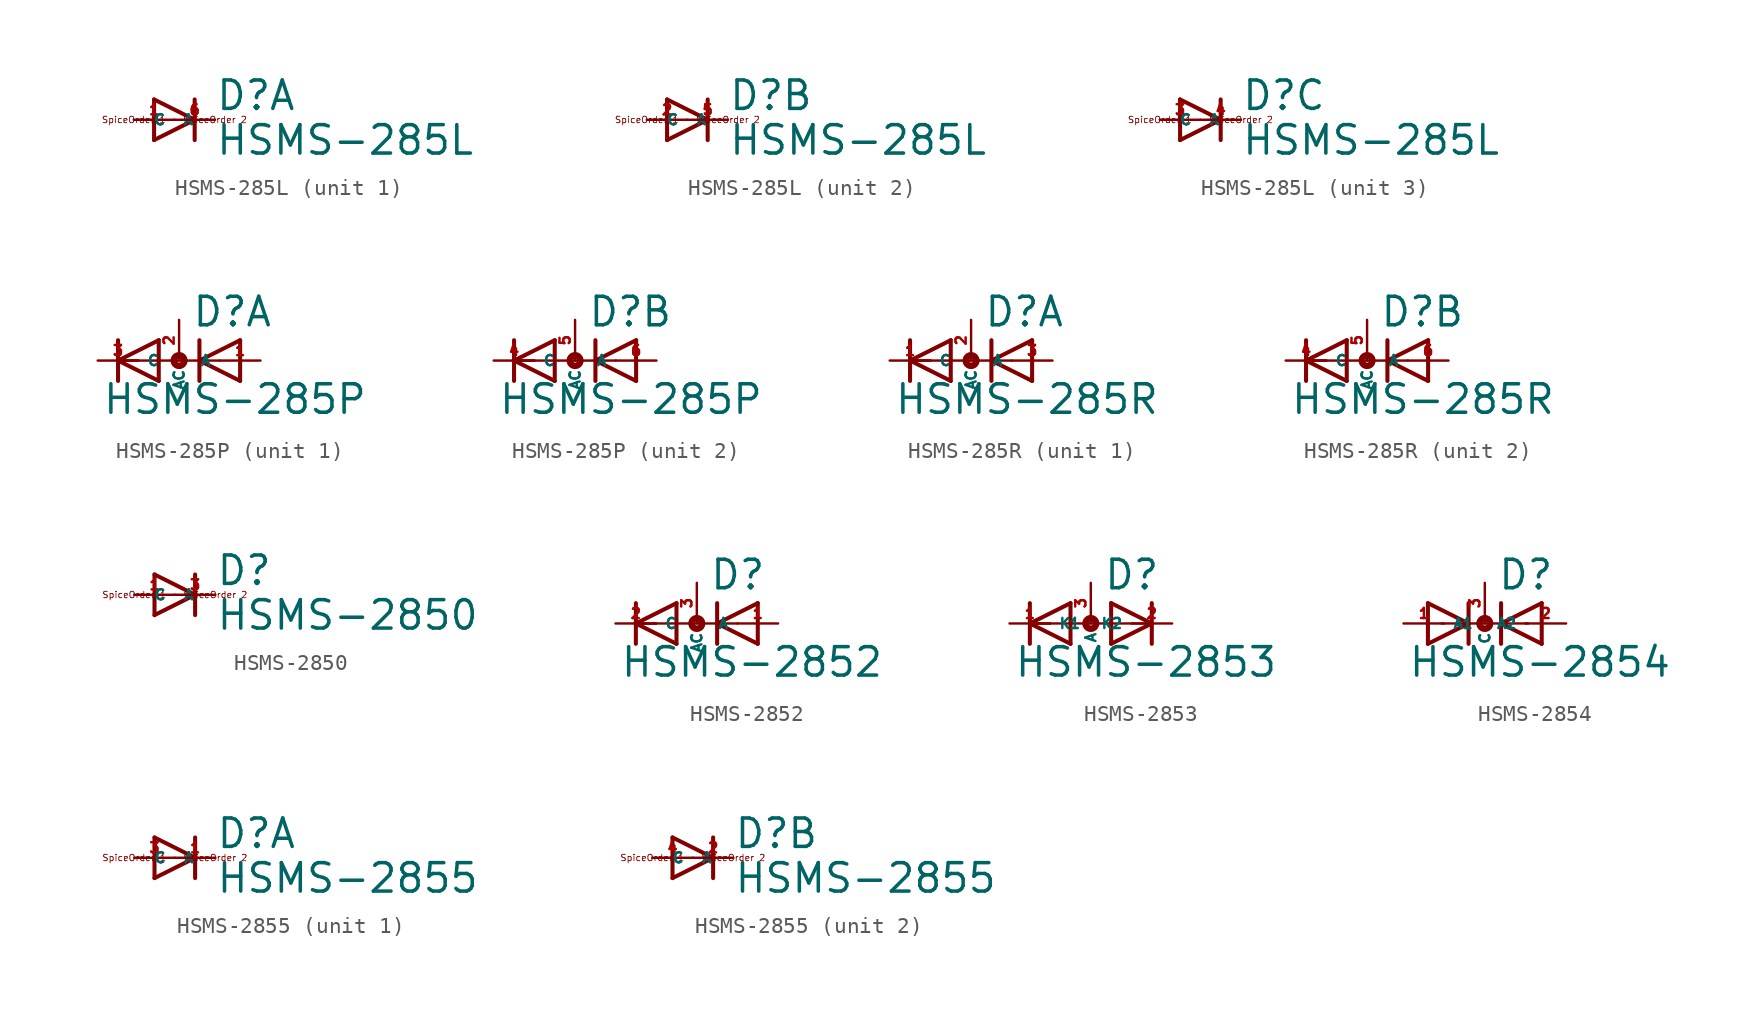
<source format=kicad_sym>
(kicad_symbol_lib
  (version 20220914)
  (generator Eagle2Kicad)
  (symbol "HSMS-285L"
    (property "Reference" "D"
      (at 2.54 0.483 0)
      (effects (font (size 1.778 1.778) (thickness 0.22)) (justify left bottom)))
    (property "Value" "HSMS-285L"
      (at 2.54 -2.311 0)
      (effects (font (size 1.778 1.778) (thickness 0.22)) (justify left bottom)))
    (symbol "HSMS-285L_1_0"
      (polyline (pts (xy -1.27 -1.27) (xy 1.27 0)) (stroke (width 0.254) (type default)) (fill (type none)))
      (polyline (pts (xy 1.27 0) (xy -1.27 1.27)) (stroke (width 0.254) (type default)) (fill (type none)))
      (polyline (pts (xy 1.27 1.27) (xy 1.27 0)) (stroke (width 0.254) (type default)) (fill (type none)))
      (polyline (pts (xy -1.27 1.27) (xy -1.27 -1.27)) (stroke (width 0.254) (type default)) (fill (type none)))
      (polyline (pts (xy 1.27 0) (xy 1.27 -1.27)) (stroke (width 0.254) (type default)) (fill (type none)))
      (text "SpiceOrder 1" (at -2.54 0 0) (effects (font (size 0.406 0.406) (thickness 0.05))))
      (text "SpiceOrder 2" (at 2.54 0 0) (effects (font (size 0.406 0.406) (thickness 0.05))))
      (pin passive line (at -2.54 0 0) (length 2.54) (name "A" (effects (font (size 0.635 0.635) (thickness 0.08)) (justify left bottom))) (number "1" (effects (font (size 0.635 0.635) (thickness 0.08)) (justify left bottom))))
      (pin passive line (at 2.54 0 180) (length 2.54) (name "C" (effects (font (size 0.635 0.635) (thickness 0.08)) (justify left bottom))) (number "6" (effects (font (size 0.635 0.635) (thickness 0.08)) (justify left bottom)))))
    (symbol "HSMS-285L_2_0"
      (polyline (pts (xy -1.27 -1.27) (xy 1.27 0)) (stroke (width 0.254) (type default)) (fill (type none)))
      (polyline (pts (xy 1.27 0) (xy -1.27 1.27)) (stroke (width 0.254) (type default)) (fill (type none)))
      (polyline (pts (xy 1.27 1.27) (xy 1.27 0)) (stroke (width 0.254) (type default)) (fill (type none)))
      (polyline (pts (xy -1.27 1.27) (xy -1.27 -1.27)) (stroke (width 0.254) (type default)) (fill (type none)))
      (polyline (pts (xy 1.27 0) (xy 1.27 -1.27)) (stroke (width 0.254) (type default)) (fill (type none)))
      (text "SpiceOrder 1" (at -2.54 0 0) (effects (font (size 0.406 0.406) (thickness 0.05))))
      (text "SpiceOrder 2" (at 2.54 0 0) (effects (font (size 0.406 0.406) (thickness 0.05))))
      (pin passive line (at -2.54 0 0) (length 2.54) (name "A" (effects (font (size 0.635 0.635) (thickness 0.08)) (justify left bottom))) (number "2" (effects (font (size 0.635 0.635) (thickness 0.08)) (justify left bottom))))
      (pin passive line (at 2.54 0 180) (length 2.54) (name "C" (effects (font (size 0.635 0.635) (thickness 0.08)) (justify left bottom))) (number "5" (effects (font (size 0.635 0.635) (thickness 0.08)) (justify left bottom)))))
    (symbol "HSMS-285L_3_0"
      (polyline (pts (xy -1.27 -1.27) (xy 1.27 0)) (stroke (width 0.254) (type default)) (fill (type none)))
      (polyline (pts (xy 1.27 0) (xy -1.27 1.27)) (stroke (width 0.254) (type default)) (fill (type none)))
      (polyline (pts (xy 1.27 1.27) (xy 1.27 0)) (stroke (width 0.254) (type default)) (fill (type none)))
      (polyline (pts (xy -1.27 1.27) (xy -1.27 -1.27)) (stroke (width 0.254) (type default)) (fill (type none)))
      (polyline (pts (xy 1.27 0) (xy 1.27 -1.27)) (stroke (width 0.254) (type default)) (fill (type none)))
      (text "SpiceOrder 1" (at -2.54 0 0) (effects (font (size 0.406 0.406) (thickness 0.05))))
      (text "SpiceOrder 2" (at 2.54 0 0) (effects (font (size 0.406 0.406) (thickness 0.05))))
      (pin passive line (at -2.54 0 0) (length 2.54) (name "A" (effects (font (size 0.635 0.635) (thickness 0.08)) (justify left bottom))) (number "3" (effects (font (size 0.635 0.635) (thickness 0.08)) (justify left bottom))))
      (pin passive line (at 2.54 0 180) (length 2.54) (name "C" (effects (font (size 0.635 0.635) (thickness 0.08)) (justify left bottom))) (number "4" (effects (font (size 0.635 0.635) (thickness 0.08)) (justify left bottom))))))
  (symbol "HSMS-285P"
    (property "Reference" "D"
      (at 0.762 2.007 0)
      (effects (font (size 1.778 1.778) (thickness 0.22)) (justify left bottom)))
    (property "Value" "HSMS-285P"
      (at -4.826 -3.454 0)
      (effects (font (size 1.778 1.778) (thickness 0.22)) (justify left bottom)))
    (symbol "HSMS-285P_1_0"
      (polyline (pts (xy -1.27 1.27) (xy -3.81 0)) (stroke (width 0.254) (type default)) (fill (type none)))
      (polyline (pts (xy -3.81 0) (xy -1.27 -1.27)) (stroke (width 0.254) (type default)) (fill (type none)))
      (polyline (pts (xy -3.81 -1.27) (xy -3.81 0)) (stroke (width 0.254) (type default)) (fill (type none)))
      (polyline (pts (xy -2.54 0) (xy -3.81 0)) (stroke (width 0.152) (type default)) (fill (type none)))
      (polyline (pts (xy -1.27 -1.27) (xy -1.27 1.27)) (stroke (width 0.254) (type default)) (fill (type none)))
      (polyline (pts (xy -3.81 0) (xy -3.81 1.27)) (stroke (width 0.254) (type default)) (fill (type none)))
      (polyline (pts (xy 3.81 1.27) (xy 1.27 0)) (stroke (width 0.254) (type default)) (fill (type none)))
      (polyline (pts (xy 1.27 0) (xy 3.81 -1.27)) (stroke (width 0.254) (type default)) (fill (type none)))
      (polyline (pts (xy 1.27 -1.27) (xy 1.27 0)) (stroke (width 0.254) (type default)) (fill (type none)))
      (polyline (pts (xy -3.81 0) (xy 1.27 0)) (stroke (width 0.152) (type default)) (fill (type none)))
      (polyline (pts (xy 2.54 0) (xy 1.27 0)) (stroke (width 0.152) (type default)) (fill (type none)))
      (polyline (pts (xy 3.81 -1.27) (xy 3.81 1.27)) (stroke (width 0.254) (type default)) (fill (type none)))
      (polyline (pts (xy 1.27 0) (xy 1.27 1.27)) (stroke (width 0.254) (type default)) (fill (type none)))
      (circle (center 0 0) (radius 0.127) (stroke (width 0.406) (type default)) (fill (type none)))
      (pin passive line (at -5.08 0 0) (length 2.54) (name "C" (effects (font (size 0.635 0.635) (thickness 0.08)) (justify left bottom))) (number "3" (effects (font (size 0.635 0.635) (thickness 0.08)) (justify left bottom))))
      (pin passive line (at 5.08 0 180) (length 2.54) (name "A" (effects (font (size 0.635 0.635) (thickness 0.08)) (justify left bottom))) (number "1" (effects (font (size 0.635 0.635) (thickness 0.08)) (justify left bottom))))
      (pin passive line (at 0 2.54 270) (length 2.54) (name "AC" (effects (font (size 0.635 0.635) (thickness 0.08)) (justify left bottom))) (number "2" (effects (font (size 0.635 0.635) (thickness 0.08)) (justify left bottom)))))
    (symbol "HSMS-285P_2_0"
      (polyline (pts (xy -1.27 1.27) (xy -3.81 0)) (stroke (width 0.254) (type default)) (fill (type none)))
      (polyline (pts (xy -3.81 0) (xy -1.27 -1.27)) (stroke (width 0.254) (type default)) (fill (type none)))
      (polyline (pts (xy -3.81 -1.27) (xy -3.81 0)) (stroke (width 0.254) (type default)) (fill (type none)))
      (polyline (pts (xy -2.54 0) (xy -3.81 0)) (stroke (width 0.152) (type default)) (fill (type none)))
      (polyline (pts (xy -1.27 -1.27) (xy -1.27 1.27)) (stroke (width 0.254) (type default)) (fill (type none)))
      (polyline (pts (xy -3.81 0) (xy -3.81 1.27)) (stroke (width 0.254) (type default)) (fill (type none)))
      (polyline (pts (xy 3.81 1.27) (xy 1.27 0)) (stroke (width 0.254) (type default)) (fill (type none)))
      (polyline (pts (xy 1.27 0) (xy 3.81 -1.27)) (stroke (width 0.254) (type default)) (fill (type none)))
      (polyline (pts (xy 1.27 -1.27) (xy 1.27 0)) (stroke (width 0.254) (type default)) (fill (type none)))
      (polyline (pts (xy -3.81 0) (xy 1.27 0)) (stroke (width 0.152) (type default)) (fill (type none)))
      (polyline (pts (xy 2.54 0) (xy 1.27 0)) (stroke (width 0.152) (type default)) (fill (type none)))
      (polyline (pts (xy 3.81 -1.27) (xy 3.81 1.27)) (stroke (width 0.254) (type default)) (fill (type none)))
      (polyline (pts (xy 1.27 0) (xy 1.27 1.27)) (stroke (width 0.254) (type default)) (fill (type none)))
      (circle (center 0 0) (radius 0.127) (stroke (width 0.406) (type default)) (fill (type none)))
      (pin passive line (at -5.08 0 0) (length 2.54) (name "C" (effects (font (size 0.635 0.635) (thickness 0.08)) (justify left bottom))) (number "4" (effects (font (size 0.635 0.635) (thickness 0.08)) (justify left bottom))))
      (pin passive line (at 5.08 0 180) (length 2.54) (name "A" (effects (font (size 0.635 0.635) (thickness 0.08)) (justify left bottom))) (number "6" (effects (font (size 0.635 0.635) (thickness 0.08)) (justify left bottom))))
      (pin passive line (at 0 2.54 270) (length 2.54) (name "AC" (effects (font (size 0.635 0.635) (thickness 0.08)) (justify left bottom))) (number "5" (effects (font (size 0.635 0.635) (thickness 0.08)) (justify left bottom))))))
  (symbol "HSMS-285R"
    (property "Reference" "D"
      (at 0.762 2.007 0)
      (effects (font (size 1.778 1.778) (thickness 0.22)) (justify left bottom)))
    (property "Value" "HSMS-285R"
      (at -4.826 -3.454 0)
      (effects (font (size 1.778 1.778) (thickness 0.22)) (justify left bottom)))
    (symbol "HSMS-285R_1_0"
      (polyline (pts (xy -1.27 1.27) (xy -3.81 0)) (stroke (width 0.254) (type default)) (fill (type none)))
      (polyline (pts (xy -3.81 0) (xy -1.27 -1.27)) (stroke (width 0.254) (type default)) (fill (type none)))
      (polyline (pts (xy -3.81 -1.27) (xy -3.81 0)) (stroke (width 0.254) (type default)) (fill (type none)))
      (polyline (pts (xy -2.54 0) (xy -3.81 0)) (stroke (width 0.152) (type default)) (fill (type none)))
      (polyline (pts (xy -1.27 -1.27) (xy -1.27 1.27)) (stroke (width 0.254) (type default)) (fill (type none)))
      (polyline (pts (xy -3.81 0) (xy -3.81 1.27)) (stroke (width 0.254) (type default)) (fill (type none)))
      (polyline (pts (xy 3.81 1.27) (xy 1.27 0)) (stroke (width 0.254) (type default)) (fill (type none)))
      (polyline (pts (xy 1.27 0) (xy 3.81 -1.27)) (stroke (width 0.254) (type default)) (fill (type none)))
      (polyline (pts (xy 1.27 -1.27) (xy 1.27 0)) (stroke (width 0.254) (type default)) (fill (type none)))
      (polyline (pts (xy -3.81 0) (xy 1.27 0)) (stroke (width 0.152) (type default)) (fill (type none)))
      (polyline (pts (xy 2.54 0) (xy 1.27 0)) (stroke (width 0.152) (type default)) (fill (type none)))
      (polyline (pts (xy 3.81 -1.27) (xy 3.81 1.27)) (stroke (width 0.254) (type default)) (fill (type none)))
      (polyline (pts (xy 1.27 0) (xy 1.27 1.27)) (stroke (width 0.254) (type default)) (fill (type none)))
      (circle (center 0 0) (radius 0.127) (stroke (width 0.406) (type default)) (fill (type none)))
      (pin passive line (at -5.08 0 0) (length 2.54) (name "C" (effects (font (size 0.635 0.635) (thickness 0.08)) (justify left bottom))) (number "1" (effects (font (size 0.635 0.635) (thickness 0.08)) (justify left bottom))))
      (pin passive line (at 5.08 0 180) (length 2.54) (name "A" (effects (font (size 0.635 0.635) (thickness 0.08)) (justify left bottom))) (number "3" (effects (font (size 0.635 0.635) (thickness 0.08)) (justify left bottom))))
      (pin passive line (at 0 2.54 270) (length 2.54) (name "AC" (effects (font (size 0.635 0.635) (thickness 0.08)) (justify left bottom))) (number "2" (effects (font (size 0.635 0.635) (thickness 0.08)) (justify left bottom)))))
    (symbol "HSMS-285R_2_0"
      (polyline (pts (xy -1.27 1.27) (xy -3.81 0)) (stroke (width 0.254) (type default)) (fill (type none)))
      (polyline (pts (xy -3.81 0) (xy -1.27 -1.27)) (stroke (width 0.254) (type default)) (fill (type none)))
      (polyline (pts (xy -3.81 -1.27) (xy -3.81 0)) (stroke (width 0.254) (type default)) (fill (type none)))
      (polyline (pts (xy -2.54 0) (xy -3.81 0)) (stroke (width 0.152) (type default)) (fill (type none)))
      (polyline (pts (xy -1.27 -1.27) (xy -1.27 1.27)) (stroke (width 0.254) (type default)) (fill (type none)))
      (polyline (pts (xy -3.81 0) (xy -3.81 1.27)) (stroke (width 0.254) (type default)) (fill (type none)))
      (polyline (pts (xy 3.81 1.27) (xy 1.27 0)) (stroke (width 0.254) (type default)) (fill (type none)))
      (polyline (pts (xy 1.27 0) (xy 3.81 -1.27)) (stroke (width 0.254) (type default)) (fill (type none)))
      (polyline (pts (xy 1.27 -1.27) (xy 1.27 0)) (stroke (width 0.254) (type default)) (fill (type none)))
      (polyline (pts (xy -3.81 0) (xy 1.27 0)) (stroke (width 0.152) (type default)) (fill (type none)))
      (polyline (pts (xy 2.54 0) (xy 1.27 0)) (stroke (width 0.152) (type default)) (fill (type none)))
      (polyline (pts (xy 3.81 -1.27) (xy 3.81 1.27)) (stroke (width 0.254) (type default)) (fill (type none)))
      (polyline (pts (xy 1.27 0) (xy 1.27 1.27)) (stroke (width 0.254) (type default)) (fill (type none)))
      (circle (center 0 0) (radius 0.127) (stroke (width 0.406) (type default)) (fill (type none)))
      (pin passive line (at -5.08 0 0) (length 2.54) (name "C" (effects (font (size 0.635 0.635) (thickness 0.08)) (justify left bottom))) (number "4" (effects (font (size 0.635 0.635) (thickness 0.08)) (justify left bottom))))
      (pin passive line (at 5.08 0 180) (length 2.54) (name "A" (effects (font (size 0.635 0.635) (thickness 0.08)) (justify left bottom))) (number "6" (effects (font (size 0.635 0.635) (thickness 0.08)) (justify left bottom))))
      (pin passive line (at 0 2.54 270) (length 2.54) (name "AC" (effects (font (size 0.635 0.635) (thickness 0.08)) (justify left bottom))) (number "5" (effects (font (size 0.635 0.635) (thickness 0.08)) (justify left bottom))))))
  (symbol "HSMS-2850"
    (property "Reference" "D"
      (at 2.54 0.483 0)
      (effects (font (size 1.778 1.778) (thickness 0.22)) (justify left bottom)))
    (property "Value" "HSMS-2850"
      (at 2.54 -2.311 0)
      (effects (font (size 1.778 1.778) (thickness 0.22)) (justify left bottom)))
    (polyline
      (pts (xy -1.27 -1.27) (xy 1.27 0))
      (stroke (width 0.254) (type default))
      (fill (type none)))
    (polyline
      (pts (xy 1.27 0) (xy -1.27 1.27))
      (stroke (width 0.254) (type default))
      (fill (type none)))
    (polyline
      (pts (xy 1.27 1.27) (xy 1.27 0))
      (stroke (width 0.254) (type default))
      (fill (type none)))
    (polyline
      (pts (xy -1.27 1.27) (xy -1.27 -1.27))
      (stroke (width 0.254) (type default))
      (fill (type none)))
    (polyline
      (pts (xy 1.27 0) (xy 1.27 -1.27))
      (stroke (width 0.254) (type default))
      (fill (type none)))
    (text "SpiceOrder 1"
      (at -2.54 0 0)
      (effects (font (size 0.406 0.406) (thickness 0.05))))
    (text "SpiceOrder 2"
      (at 2.54 0 0)
      (effects (font (size 0.406 0.406) (thickness 0.05))))
    (pin passive line
      (at -2.54 0 0)
      (length 2.54)
      (name "A" (effects (font (size 0.635 0.635) (thickness 0.08)) (justify left bottom)))
      (number "1" (effects (font (size 0.635 0.635) (thickness 0.08)) (justify left bottom))))
    (pin passive line
      (at 2.54 0 180)
      (length 2.54)
      (name "C" (effects (font (size 0.635 0.635) (thickness 0.08)) (justify left bottom)))
      (number "3" (effects (font (size 0.635 0.635) (thickness 0.08)) (justify left bottom)))))
  (symbol "HSMS-2852"
    (property "Reference" "D"
      (at 0.762 2.007 0)
      (effects (font (size 1.778 1.778) (thickness 0.22)) (justify left bottom)))
    (property "Value" "HSMS-2852"
      (at -4.826 -3.454 0)
      (effects (font (size 1.778 1.778) (thickness 0.22)) (justify left bottom)))
    (polyline
      (pts (xy -1.27 1.27) (xy -3.81 0))
      (stroke (width 0.254) (type default))
      (fill (type none)))
    (polyline
      (pts (xy -3.81 0) (xy -1.27 -1.27))
      (stroke (width 0.254) (type default))
      (fill (type none)))
    (polyline
      (pts (xy -3.81 -1.27) (xy -3.81 0))
      (stroke (width 0.254) (type default))
      (fill (type none)))
    (polyline
      (pts (xy -2.54 0) (xy -3.81 0))
      (stroke (width 0.152) (type default))
      (fill (type none)))
    (polyline
      (pts (xy -1.27 -1.27) (xy -1.27 1.27))
      (stroke (width 0.254) (type default))
      (fill (type none)))
    (polyline
      (pts (xy -3.81 0) (xy -3.81 1.27))
      (stroke (width 0.254) (type default))
      (fill (type none)))
    (polyline
      (pts (xy 3.81 1.27) (xy 1.27 0))
      (stroke (width 0.254) (type default))
      (fill (type none)))
    (polyline
      (pts (xy 1.27 0) (xy 3.81 -1.27))
      (stroke (width 0.254) (type default))
      (fill (type none)))
    (polyline
      (pts (xy 1.27 -1.27) (xy 1.27 0))
      (stroke (width 0.254) (type default))
      (fill (type none)))
    (polyline
      (pts (xy -3.81 0) (xy 1.27 0))
      (stroke (width 0.152) (type default))
      (fill (type none)))
    (polyline
      (pts (xy 2.54 0) (xy 1.27 0))
      (stroke (width 0.152) (type default))
      (fill (type none)))
    (polyline
      (pts (xy 3.81 -1.27) (xy 3.81 1.27))
      (stroke (width 0.254) (type default))
      (fill (type none)))
    (polyline
      (pts (xy 1.27 0) (xy 1.27 1.27))
      (stroke (width 0.254) (type default))
      (fill (type none)))
    (circle
      (center 0 0)
      (radius 0.127)
      (stroke (width 0.406) (type default))
      (fill (type none)))
    (pin passive line
      (at -5.08 0 0)
      (length 2.54)
      (name "C" (effects (font (size 0.635 0.635) (thickness 0.08)) (justify left bottom)))
      (number "2" (effects (font (size 0.635 0.635) (thickness 0.08)) (justify left bottom))))
    (pin passive line
      (at 5.08 0 180)
      (length 2.54)
      (name "A" (effects (font (size 0.635 0.635) (thickness 0.08)) (justify left bottom)))
      (number "1" (effects (font (size 0.635 0.635) (thickness 0.08)) (justify left bottom))))
    (pin passive line
      (at 0 2.54 270)
      (length 2.54)
      (name "AC" (effects (font (size 0.635 0.635) (thickness 0.08)) (justify left bottom)))
      (number "3" (effects (font (size 0.635 0.635) (thickness 0.08)) (justify left bottom)))))
  (symbol "HSMS-2853"
    (property "Reference" "D"
      (at 0.762 2.007 0)
      (effects (font (size 1.778 1.778) (thickness 0.22)) (justify left bottom)))
    (property "Value" "HSMS-2853"
      (at -4.826 -3.454 0)
      (effects (font (size 1.778 1.778) (thickness 0.22)) (justify left bottom)))
    (polyline
      (pts (xy -1.27 1.27) (xy -3.81 0))
      (stroke (width 0.254) (type default))
      (fill (type none)))
    (polyline
      (pts (xy -3.81 0) (xy -1.27 -1.27))
      (stroke (width 0.254) (type default))
      (fill (type none)))
    (polyline
      (pts (xy -3.81 -1.27) (xy -3.81 0))
      (stroke (width 0.254) (type default))
      (fill (type none)))
    (polyline
      (pts (xy -2.54 0) (xy -3.81 0))
      (stroke (width 0.152) (type default))
      (fill (type none)))
    (polyline
      (pts (xy -1.27 -1.27) (xy -1.27 1.27))
      (stroke (width 0.254) (type default))
      (fill (type none)))
    (polyline
      (pts (xy -3.81 0) (xy -3.81 1.27))
      (stroke (width 0.254) (type default))
      (fill (type none)))
    (polyline
      (pts (xy 1.27 1.27) (xy 3.81 0))
      (stroke (width 0.254) (type default))
      (fill (type none)))
    (polyline
      (pts (xy 3.81 0) (xy 1.27 -1.27))
      (stroke (width 0.254) (type default))
      (fill (type none)))
    (polyline
      (pts (xy 3.81 -1.27) (xy 3.81 0))
      (stroke (width 0.254) (type default))
      (fill (type none)))
    (polyline
      (pts (xy -3.81 0) (xy 3.81 0))
      (stroke (width 0.152) (type default))
      (fill (type none)))
    (polyline
      (pts (xy 1.27 -1.27) (xy 1.27 1.27))
      (stroke (width 0.254) (type default))
      (fill (type none)))
    (polyline
      (pts (xy 3.81 0) (xy 3.81 1.27))
      (stroke (width 0.254) (type default))
      (fill (type none)))
    (circle
      (center 0 0)
      (radius 0.127)
      (stroke (width 0.406) (type default))
      (fill (type none)))
    (pin passive line
      (at -5.08 0 0)
      (length 2.54)
      (name "K1" (effects (font (size 0.635 0.635) (thickness 0.08)) (justify left bottom)))
      (number "1" (effects (font (size 0.635 0.635) (thickness 0.08)) (justify left bottom))))
    (pin passive line
      (at 5.08 0 180)
      (length 2.54)
      (name "K2" (effects (font (size 0.635 0.635) (thickness 0.08)) (justify left bottom)))
      (number "2" (effects (font (size 0.635 0.635) (thickness 0.08)) (justify left bottom))))
    (pin passive line
      (at 0 2.54 270)
      (length 2.54)
      (name "A" (effects (font (size 0.635 0.635) (thickness 0.08)) (justify left bottom)))
      (number "3" (effects (font (size 0.635 0.635) (thickness 0.08)) (justify left bottom)))))
  (symbol "HSMS-2854"
    (property "Reference" "D"
      (at 0.762 2.007 0)
      (effects (font (size 1.778 1.778) (thickness 0.22)) (justify left bottom)))
    (property "Value" "HSMS-2854"
      (at -4.826 -3.454 0)
      (effects (font (size 1.778 1.778) (thickness 0.22)) (justify left bottom)))
    (polyline
      (pts (xy -2.71 0) (xy -1.016 0))
      (stroke (width 0.152) (type default))
      (fill (type none)))
    (polyline
      (pts (xy -1.016 0) (xy 1.016 0))
      (stroke (width 0.152) (type default))
      (fill (type none)))
    (polyline
      (pts (xy 1.016 0) (xy 2.71 0))
      (stroke (width 0.152) (type default))
      (fill (type none)))
    (polyline
      (pts (xy -3.556 -1.27) (xy -1.016 0))
      (stroke (width 0.254) (type default))
      (fill (type none)))
    (polyline
      (pts (xy -1.016 0) (xy -3.556 1.27))
      (stroke (width 0.254) (type default))
      (fill (type none)))
    (polyline
      (pts (xy -1.016 1.27) (xy -1.016 0))
      (stroke (width 0.254) (type default))
      (fill (type none)))
    (polyline
      (pts (xy -3.556 1.27) (xy -3.556 -1.27))
      (stroke (width 0.254) (type default))
      (fill (type none)))
    (polyline
      (pts (xy -1.016 0) (xy -1.016 -1.27))
      (stroke (width 0.254) (type default))
      (fill (type none)))
    (polyline
      (pts (xy 3.556 1.27) (xy 1.016 0))
      (stroke (width 0.254) (type default))
      (fill (type none)))
    (polyline
      (pts (xy 1.016 0) (xy 3.556 -1.27))
      (stroke (width 0.254) (type default))
      (fill (type none)))
    (polyline
      (pts (xy 1.016 -1.27) (xy 1.016 0))
      (stroke (width 0.254) (type default))
      (fill (type none)))
    (polyline
      (pts (xy 3.556 -1.27) (xy 3.556 1.27))
      (stroke (width 0.254) (type default))
      (fill (type none)))
    (polyline
      (pts (xy 1.016 0) (xy 1.016 1.27))
      (stroke (width 0.254) (type default))
      (fill (type none)))
    (circle
      (center 0 0)
      (radius 0.127)
      (stroke (width 0.406) (type default))
      (fill (type none)))
    (pin passive line
      (at -5.08 0 0)
      (length 2.54)
      (name "A1" (effects (font (size 0.635 0.635) (thickness 0.08)) (justify left bottom)))
      (number "1" (effects (font (size 0.635 0.635) (thickness 0.08)) (justify left bottom))))
    (pin passive line
      (at 5.08 0 180)
      (length 2.54)
      (name "A2" (effects (font (size 0.635 0.635) (thickness 0.08)) (justify left bottom)))
      (number "2" (effects (font (size 0.635 0.635) (thickness 0.08)) (justify left bottom))))
    (pin passive line
      (at 0 2.54 270)
      (length 2.54)
      (name "C" (effects (font (size 0.635 0.635) (thickness 0.08)) (justify left bottom)))
      (number "3" (effects (font (size 0.635 0.635) (thickness 0.08)) (justify left bottom)))))
  (symbol "HSMS-2855"
    (property "Reference" "D"
      (at 2.54 0.483 0)
      (effects (font (size 1.778 1.778) (thickness 0.22)) (justify left bottom)))
    (property "Value" "HSMS-2855"
      (at 2.54 -2.311 0)
      (effects (font (size 1.778 1.778) (thickness 0.22)) (justify left bottom)))
    (symbol "HSMS-2855_1_0"
      (polyline (pts (xy -1.27 -1.27) (xy 1.27 0)) (stroke (width 0.254) (type default)) (fill (type none)))
      (polyline (pts (xy 1.27 0) (xy -1.27 1.27)) (stroke (width 0.254) (type default)) (fill (type none)))
      (polyline (pts (xy 1.27 1.27) (xy 1.27 0)) (stroke (width 0.254) (type default)) (fill (type none)))
      (polyline (pts (xy -1.27 1.27) (xy -1.27 -1.27)) (stroke (width 0.254) (type default)) (fill (type none)))
      (polyline (pts (xy 1.27 0) (xy 1.27 -1.27)) (stroke (width 0.254) (type default)) (fill (type none)))
      (text "SpiceOrder 1" (at -2.54 0 0) (effects (font (size 0.406 0.406) (thickness 0.05))))
      (text "SpiceOrder 2" (at 2.54 0 0) (effects (font (size 0.406 0.406) (thickness 0.05))))
      (pin passive line (at -2.54 0 0) (length 2.54) (name "A" (effects (font (size 0.635 0.635) (thickness 0.08)) (justify left bottom))) (number "3" (effects (font (size 0.635 0.635) (thickness 0.08)) (justify left bottom))))
      (pin passive line (at 2.54 0 180) (length 2.54) (name "C" (effects (font (size 0.635 0.635) (thickness 0.08)) (justify left bottom))) (number "1" (effects (font (size 0.635 0.635) (thickness 0.08)) (justify left bottom)))))
    (symbol "HSMS-2855_2_0"
      (polyline (pts (xy -1.27 -1.27) (xy 1.27 0)) (stroke (width 0.254) (type default)) (fill (type none)))
      (polyline (pts (xy 1.27 0) (xy -1.27 1.27)) (stroke (width 0.254) (type default)) (fill (type none)))
      (polyline (pts (xy 1.27 1.27) (xy 1.27 0)) (stroke (width 0.254) (type default)) (fill (type none)))
      (polyline (pts (xy -1.27 1.27) (xy -1.27 -1.27)) (stroke (width 0.254) (type default)) (fill (type none)))
      (polyline (pts (xy 1.27 0) (xy 1.27 -1.27)) (stroke (width 0.254) (type default)) (fill (type none)))
      (text "SpiceOrder 1" (at -2.54 0 0) (effects (font (size 0.406 0.406) (thickness 0.05))))
      (text "SpiceOrder 2" (at 2.54 0 0) (effects (font (size 0.406 0.406) (thickness 0.05))))
      (pin passive line (at -2.54 0 0) (length 2.54) (name "A" (effects (font (size 0.635 0.635) (thickness 0.08)) (justify left bottom))) (number "4" (effects (font (size 0.635 0.635) (thickness 0.08)) (justify left bottom))))
      (pin passive line (at 2.54 0 180) (length 2.54) (name "C" (effects (font (size 0.635 0.635) (thickness 0.08)) (justify left bottom))) (number "2" (effects (font (size 0.635 0.635) (thickness 0.08)) (justify left bottom)))))))
</source>
